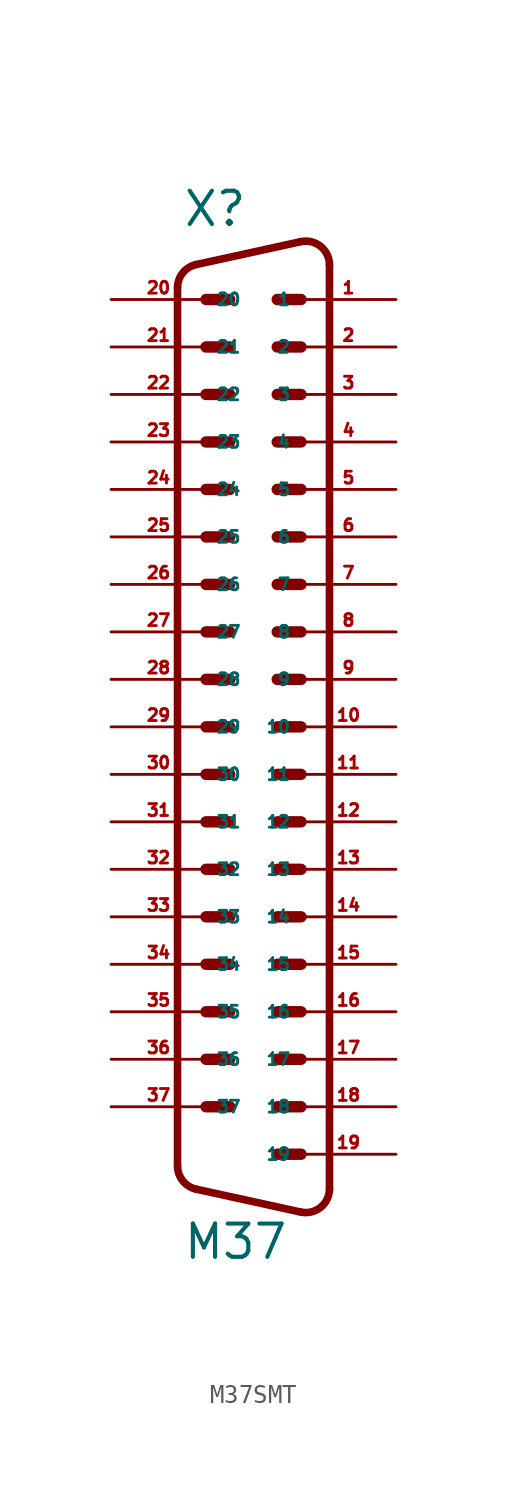
<source format=kicad_sym>
(kicad_symbol_lib
  (version 20220914)
  (generator Eagle2Kicad)
  (symbol "M37SMT"
    (property "Reference" "X"
      (at -3.81 24.13 0)
      (effects (font (size 1.778 1.778) (thickness 0.22)) (justify left bottom)))
    (property "Value" "M37"
      (at -3.81 -31.115 0)
      (effects (font (size 1.778 1.778) (thickness 0.22)) (justify left bottom)))
    (polyline
      (pts (xy 1.27 20.32) (xy 2.54 20.32))
      (stroke (width 0.61) (type default))
      (fill (type none)))
    (polyline
      (pts (xy -2.54 20.32) (xy -1.27 20.32))
      (stroke (width 0.61) (type default))
      (fill (type none)))
    (polyline
      (pts (xy 1.27 15.24) (xy 2.54 15.24))
      (stroke (width 0.61) (type default))
      (fill (type none)))
    (polyline
      (pts (xy -2.54 17.78) (xy -1.27 17.78))
      (stroke (width 0.61) (type default))
      (fill (type none)))
    (polyline
      (pts (xy 1.27 10.16) (xy 2.54 10.16))
      (stroke (width 0.61) (type default))
      (fill (type none)))
    (polyline
      (pts (xy -2.54 15.24) (xy -1.27 15.24))
      (stroke (width 0.61) (type default))
      (fill (type none)))
    (polyline
      (pts (xy 1.27 5.08) (xy 2.54 5.08))
      (stroke (width 0.61) (type default))
      (fill (type none)))
    (polyline
      (pts (xy -2.54 12.7) (xy -1.27 12.7))
      (stroke (width 0.61) (type default))
      (fill (type none)))
    (polyline
      (pts (xy 1.27 0) (xy 2.54 0))
      (stroke (width 0.61) (type default))
      (fill (type none)))
    (polyline
      (pts (xy -2.54 10.16) (xy -1.27 10.16))
      (stroke (width 0.61) (type default))
      (fill (type none)))
    (polyline
      (pts (xy 1.27 -5.08) (xy 2.54 -5.08))
      (stroke (width 0.61) (type default))
      (fill (type none)))
    (polyline
      (pts (xy -2.54 7.62) (xy -1.27 7.62))
      (stroke (width 0.61) (type default))
      (fill (type none)))
    (polyline
      (pts (xy 1.27 -10.16) (xy 2.54 -10.16))
      (stroke (width 0.61) (type default))
      (fill (type none)))
    (polyline
      (pts (xy -2.54 5.08) (xy -1.27 5.08))
      (stroke (width 0.61) (type default))
      (fill (type none)))
    (polyline
      (pts (xy 1.27 -15.24) (xy 2.54 -15.24))
      (stroke (width 0.61) (type default))
      (fill (type none)))
    (polyline
      (pts (xy -2.54 2.54) (xy -1.27 2.54))
      (stroke (width 0.61) (type default))
      (fill (type none)))
    (polyline
      (pts (xy 1.27 -20.32) (xy 2.54 -20.32))
      (stroke (width 0.61) (type default))
      (fill (type none)))
    (polyline
      (pts (xy -2.54 0) (xy -1.27 0))
      (stroke (width 0.61) (type default))
      (fill (type none)))
    (polyline
      (pts (xy 1.27 -25.4) (xy 2.54 -25.4))
      (stroke (width 0.61) (type default))
      (fill (type none)))
    (polyline
      (pts (xy -2.54 -2.54) (xy -1.27 -2.54))
      (stroke (width 0.61) (type default))
      (fill (type none)))
    (polyline
      (pts (xy 1.27 17.78) (xy 2.54 17.78))
      (stroke (width 0.61) (type default))
      (fill (type none)))
    (polyline
      (pts (xy -2.54 -5.08) (xy -1.27 -5.08))
      (stroke (width 0.61) (type default))
      (fill (type none)))
    (polyline
      (pts (xy 1.27 12.7) (xy 2.54 12.7))
      (stroke (width 0.61) (type default))
      (fill (type none)))
    (polyline
      (pts (xy -2.54 -7.62) (xy -1.27 -7.62))
      (stroke (width 0.61) (type default))
      (fill (type none)))
    (polyline
      (pts (xy 1.27 7.62) (xy 2.54 7.62))
      (stroke (width 0.61) (type default))
      (fill (type none)))
    (polyline
      (pts (xy -2.54 -10.16) (xy -1.27 -10.16))
      (stroke (width 0.61) (type default))
      (fill (type none)))
    (polyline
      (pts (xy 1.27 2.54) (xy 2.54 2.54))
      (stroke (width 0.61) (type default))
      (fill (type none)))
    (polyline
      (pts (xy -2.54 -12.7) (xy -1.27 -12.7))
      (stroke (width 0.61) (type default))
      (fill (type none)))
    (polyline
      (pts (xy 1.27 -2.54) (xy 2.54 -2.54))
      (stroke (width 0.61) (type default))
      (fill (type none)))
    (polyline
      (pts (xy -2.54 -15.24) (xy -1.27 -15.24))
      (stroke (width 0.61) (type default))
      (fill (type none)))
    (polyline
      (pts (xy 1.27 -7.62) (xy 2.54 -7.62))
      (stroke (width 0.61) (type default))
      (fill (type none)))
    (polyline
      (pts (xy -2.54 -17.78) (xy -1.27 -17.78))
      (stroke (width 0.61) (type default))
      (fill (type none)))
    (polyline
      (pts (xy 1.27 -12.7) (xy 2.54 -12.7))
      (stroke (width 0.61) (type default))
      (fill (type none)))
    (polyline
      (pts (xy -2.54 -20.32) (xy -1.27 -20.32))
      (stroke (width 0.61) (type default))
      (fill (type none)))
    (polyline
      (pts (xy 1.27 -17.78) (xy 2.54 -17.78))
      (stroke (width 0.61) (type default))
      (fill (type none)))
    (polyline
      (pts (xy -2.54 -22.86) (xy -1.27 -22.86))
      (stroke (width 0.61) (type default))
      (fill (type none)))
    (polyline
      (pts (xy 1.27 -22.86) (xy 2.54 -22.86))
      (stroke (width 0.61) (type default))
      (fill (type none)))
    (arc
      (start 2.5226 -28.4918)
      (mid 3.590 -28.240)
      (end 4.0637 -27.2512)
      (stroke (width 0.4064) (type default))
      (fill (type none)))
    (polyline
      (pts (xy 2.523 -28.492) (xy -3.065 -27.269))
      (stroke (width 0.406) (type default))
      (fill (type none)))
    (arc
      (start -4.064 -26.0288)
      (mid -3.783 -26.825)
      (end -3.0654 -27.2694)
      (stroke (width 0.4064) (type default))
      (fill (type none)))
    (polyline
      (pts (xy -4.064 20.949) (xy -4.064 -26.029))
      (stroke (width 0.406) (type default))
      (fill (type none)))
    (arc
      (start -3.0654 22.1894)
      (mid -3.783 21.745)
      (end -4.064 20.9488)
      (stroke (width 0.4064) (type default))
      (fill (type none)))
    (polyline
      (pts (xy 4.064 22.171) (xy 4.064 -27.251))
      (stroke (width 0.406) (type default))
      (fill (type none)))
    (polyline
      (pts (xy 2.523 23.412) (xy -3.065 22.189))
      (stroke (width 0.406) (type default))
      (fill (type none)))
    (arc
      (start 4.064 22.1712)
      (mid 3.590 23.161)
      (end 2.5226 23.4119)
      (stroke (width 0.4064) (type default))
      (fill (type none)))
    (pin passive line
      (at 7.62 20.32 180)
      (length 5.08)
      (name "1" (effects (font (size 0.635 0.635) (thickness 0.08)) (justify left bottom)))
      (number "1" (effects (font (size 0.635 0.635) (thickness 0.08)) (justify left bottom))))
    (pin passive line
      (at -7.62 20.32 0)
      (length 5.08)
      (name "20" (effects (font (size 0.635 0.635) (thickness 0.08)) (justify left bottom)))
      (number "20" (effects (font (size 0.635 0.635) (thickness 0.08)) (justify left bottom))))
    (pin passive line
      (at 7.62 17.78 180)
      (length 5.08)
      (name "2" (effects (font (size 0.635 0.635) (thickness 0.08)) (justify left bottom)))
      (number "2" (effects (font (size 0.635 0.635) (thickness 0.08)) (justify left bottom))))
    (pin passive line
      (at -7.62 17.78 0)
      (length 5.08)
      (name "21" (effects (font (size 0.635 0.635) (thickness 0.08)) (justify left bottom)))
      (number "21" (effects (font (size 0.635 0.635) (thickness 0.08)) (justify left bottom))))
    (pin passive line
      (at 7.62 15.24 180)
      (length 5.08)
      (name "3" (effects (font (size 0.635 0.635) (thickness 0.08)) (justify left bottom)))
      (number "3" (effects (font (size 0.635 0.635) (thickness 0.08)) (justify left bottom))))
    (pin passive line
      (at -7.62 15.24 0)
      (length 5.08)
      (name "22" (effects (font (size 0.635 0.635) (thickness 0.08)) (justify left bottom)))
      (number "22" (effects (font (size 0.635 0.635) (thickness 0.08)) (justify left bottom))))
    (pin passive line
      (at 7.62 12.7 180)
      (length 5.08)
      (name "4" (effects (font (size 0.635 0.635) (thickness 0.08)) (justify left bottom)))
      (number "4" (effects (font (size 0.635 0.635) (thickness 0.08)) (justify left bottom))))
    (pin passive line
      (at -7.62 12.7 0)
      (length 5.08)
      (name "23" (effects (font (size 0.635 0.635) (thickness 0.08)) (justify left bottom)))
      (number "23" (effects (font (size 0.635 0.635) (thickness 0.08)) (justify left bottom))))
    (pin passive line
      (at 7.62 10.16 180)
      (length 5.08)
      (name "5" (effects (font (size 0.635 0.635) (thickness 0.08)) (justify left bottom)))
      (number "5" (effects (font (size 0.635 0.635) (thickness 0.08)) (justify left bottom))))
    (pin passive line
      (at -7.62 10.16 0)
      (length 5.08)
      (name "24" (effects (font (size 0.635 0.635) (thickness 0.08)) (justify left bottom)))
      (number "24" (effects (font (size 0.635 0.635) (thickness 0.08)) (justify left bottom))))
    (pin passive line
      (at 7.62 7.62 180)
      (length 5.08)
      (name "6" (effects (font (size 0.635 0.635) (thickness 0.08)) (justify left bottom)))
      (number "6" (effects (font (size 0.635 0.635) (thickness 0.08)) (justify left bottom))))
    (pin passive line
      (at -7.62 7.62 0)
      (length 5.08)
      (name "25" (effects (font (size 0.635 0.635) (thickness 0.08)) (justify left bottom)))
      (number "25" (effects (font (size 0.635 0.635) (thickness 0.08)) (justify left bottom))))
    (pin passive line
      (at 7.62 5.08 180)
      (length 5.08)
      (name "7" (effects (font (size 0.635 0.635) (thickness 0.08)) (justify left bottom)))
      (number "7" (effects (font (size 0.635 0.635) (thickness 0.08)) (justify left bottom))))
    (pin passive line
      (at -7.62 5.08 0)
      (length 5.08)
      (name "26" (effects (font (size 0.635 0.635) (thickness 0.08)) (justify left bottom)))
      (number "26" (effects (font (size 0.635 0.635) (thickness 0.08)) (justify left bottom))))
    (pin passive line
      (at 7.62 2.54 180)
      (length 5.08)
      (name "8" (effects (font (size 0.635 0.635) (thickness 0.08)) (justify left bottom)))
      (number "8" (effects (font (size 0.635 0.635) (thickness 0.08)) (justify left bottom))))
    (pin passive line
      (at -7.62 2.54 0)
      (length 5.08)
      (name "27" (effects (font (size 0.635 0.635) (thickness 0.08)) (justify left bottom)))
      (number "27" (effects (font (size 0.635 0.635) (thickness 0.08)) (justify left bottom))))
    (pin passive line
      (at 7.62 0 180)
      (length 5.08)
      (name "9" (effects (font (size 0.635 0.635) (thickness 0.08)) (justify left bottom)))
      (number "9" (effects (font (size 0.635 0.635) (thickness 0.08)) (justify left bottom))))
    (pin passive line
      (at -7.62 0 0)
      (length 5.08)
      (name "28" (effects (font (size 0.635 0.635) (thickness 0.08)) (justify left bottom)))
      (number "28" (effects (font (size 0.635 0.635) (thickness 0.08)) (justify left bottom))))
    (pin passive line
      (at 7.62 -2.54 180)
      (length 5.08)
      (name "10" (effects (font (size 0.635 0.635) (thickness 0.08)) (justify left bottom)))
      (number "10" (effects (font (size 0.635 0.635) (thickness 0.08)) (justify left bottom))))
    (pin passive line
      (at -7.62 -2.54 0)
      (length 5.08)
      (name "29" (effects (font (size 0.635 0.635) (thickness 0.08)) (justify left bottom)))
      (number "29" (effects (font (size 0.635 0.635) (thickness 0.08)) (justify left bottom))))
    (pin passive line
      (at 7.62 -5.08 180)
      (length 5.08)
      (name "11" (effects (font (size 0.635 0.635) (thickness 0.08)) (justify left bottom)))
      (number "11" (effects (font (size 0.635 0.635) (thickness 0.08)) (justify left bottom))))
    (pin passive line
      (at -7.62 -5.08 0)
      (length 5.08)
      (name "30" (effects (font (size 0.635 0.635) (thickness 0.08)) (justify left bottom)))
      (number "30" (effects (font (size 0.635 0.635) (thickness 0.08)) (justify left bottom))))
    (pin passive line
      (at 7.62 -7.62 180)
      (length 5.08)
      (name "12" (effects (font (size 0.635 0.635) (thickness 0.08)) (justify left bottom)))
      (number "12" (effects (font (size 0.635 0.635) (thickness 0.08)) (justify left bottom))))
    (pin passive line
      (at -7.62 -7.62 0)
      (length 5.08)
      (name "31" (effects (font (size 0.635 0.635) (thickness 0.08)) (justify left bottom)))
      (number "31" (effects (font (size 0.635 0.635) (thickness 0.08)) (justify left bottom))))
    (pin passive line
      (at 7.62 -10.16 180)
      (length 5.08)
      (name "13" (effects (font (size 0.635 0.635) (thickness 0.08)) (justify left bottom)))
      (number "13" (effects (font (size 0.635 0.635) (thickness 0.08)) (justify left bottom))))
    (pin passive line
      (at -7.62 -10.16 0)
      (length 5.08)
      (name "32" (effects (font (size 0.635 0.635) (thickness 0.08)) (justify left bottom)))
      (number "32" (effects (font (size 0.635 0.635) (thickness 0.08)) (justify left bottom))))
    (pin passive line
      (at 7.62 -12.7 180)
      (length 5.08)
      (name "14" (effects (font (size 0.635 0.635) (thickness 0.08)) (justify left bottom)))
      (number "14" (effects (font (size 0.635 0.635) (thickness 0.08)) (justify left bottom))))
    (pin passive line
      (at -7.62 -12.7 0)
      (length 5.08)
      (name "33" (effects (font (size 0.635 0.635) (thickness 0.08)) (justify left bottom)))
      (number "33" (effects (font (size 0.635 0.635) (thickness 0.08)) (justify left bottom))))
    (pin passive line
      (at 7.62 -15.24 180)
      (length 5.08)
      (name "15" (effects (font (size 0.635 0.635) (thickness 0.08)) (justify left bottom)))
      (number "15" (effects (font (size 0.635 0.635) (thickness 0.08)) (justify left bottom))))
    (pin passive line
      (at -7.62 -15.24 0)
      (length 5.08)
      (name "34" (effects (font (size 0.635 0.635) (thickness 0.08)) (justify left bottom)))
      (number "34" (effects (font (size 0.635 0.635) (thickness 0.08)) (justify left bottom))))
    (pin passive line
      (at 7.62 -17.78 180)
      (length 5.08)
      (name "16" (effects (font (size 0.635 0.635) (thickness 0.08)) (justify left bottom)))
      (number "16" (effects (font (size 0.635 0.635) (thickness 0.08)) (justify left bottom))))
    (pin passive line
      (at -7.62 -17.78 0)
      (length 5.08)
      (name "35" (effects (font (size 0.635 0.635) (thickness 0.08)) (justify left bottom)))
      (number "35" (effects (font (size 0.635 0.635) (thickness 0.08)) (justify left bottom))))
    (pin passive line
      (at 7.62 -20.32 180)
      (length 5.08)
      (name "17" (effects (font (size 0.635 0.635) (thickness 0.08)) (justify left bottom)))
      (number "17" (effects (font (size 0.635 0.635) (thickness 0.08)) (justify left bottom))))
    (pin passive line
      (at -7.62 -20.32 0)
      (length 5.08)
      (name "36" (effects (font (size 0.635 0.635) (thickness 0.08)) (justify left bottom)))
      (number "36" (effects (font (size 0.635 0.635) (thickness 0.08)) (justify left bottom))))
    (pin passive line
      (at 7.62 -22.86 180)
      (length 5.08)
      (name "18" (effects (font (size 0.635 0.635) (thickness 0.08)) (justify left bottom)))
      (number "18" (effects (font (size 0.635 0.635) (thickness 0.08)) (justify left bottom))))
    (pin passive line
      (at -7.62 -22.86 0)
      (length 5.08)
      (name "37" (effects (font (size 0.635 0.635) (thickness 0.08)) (justify left bottom)))
      (number "37" (effects (font (size 0.635 0.635) (thickness 0.08)) (justify left bottom))))
    (pin passive line
      (at 7.62 -25.4 180)
      (length 5.08)
      (name "19" (effects (font (size 0.635 0.635) (thickness 0.08)) (justify left bottom)))
      (number "19" (effects (font (size 0.635 0.635) (thickness 0.08)) (justify left bottom))))))
</source>
